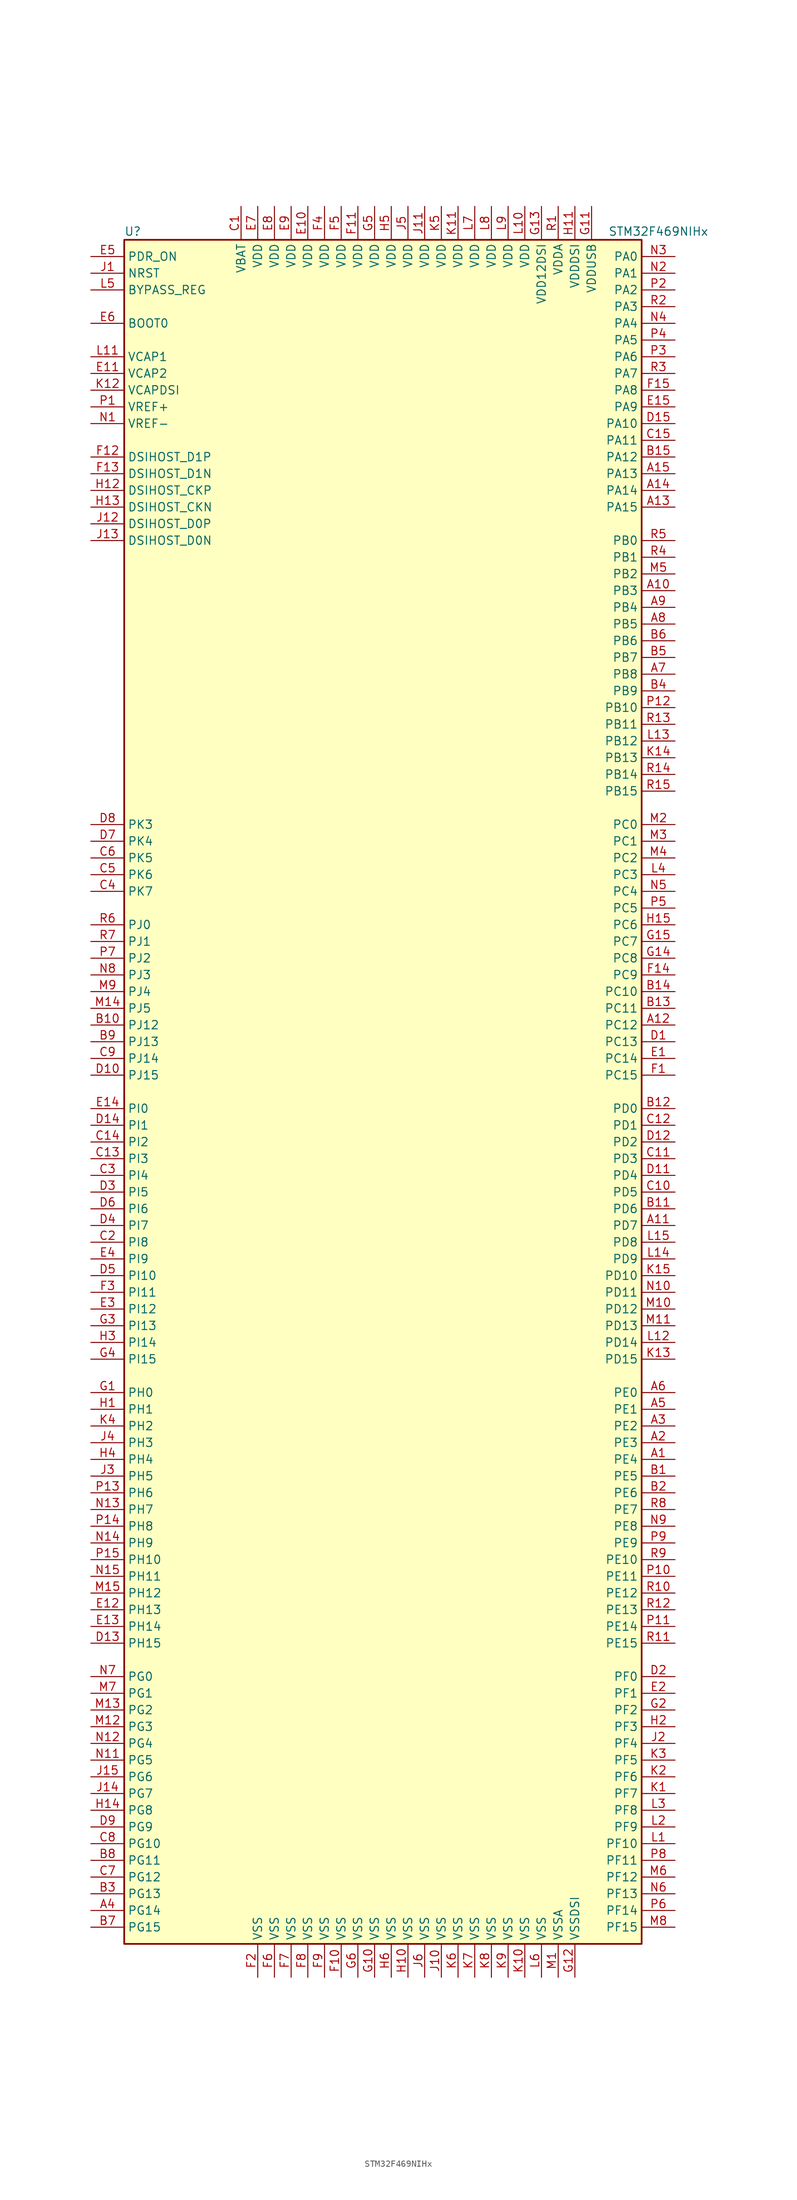
<source format=kicad_sym>
(kicad_symbol_lib
  (version 20220914)
  (generator kicad_symbol_editor)
  (symbol "STM32F469NIHx"
    (property "Reference" "U"
      (at -40.64 130.81 0)
      (effects (font (size 1.27 1.27)) (justify left)))
    (property "Value" "STM32F469NIHx"
      (at 33.02 130.81 0)
      (effects (font (size 1.27 1.27)) (justify left)))
    (symbol "STM32F469NIHx_0_1"
      (rectangle (start -40.64 -129.54) (end 38.1 129.54) (stroke (width 0.254) (type default)) (fill (type background))))
    (symbol "STM32F469NIHx_1_1"
      (pin bidirectional line (at 43.18 -55.88 180) (length 5.08) (name "PE4" (effects (font (size 1.27 1.27)))) (number "A1" (effects (font (size 1.27 1.27)))))
      (pin bidirectional line (at 43.18 76.2 180) (length 5.08) (name "PB3" (effects (font (size 1.27 1.27)))) (number "A10" (effects (font (size 1.27 1.27)))))
      (pin bidirectional line (at 43.18 -20.32 180) (length 5.08) (name "PD7" (effects (font (size 1.27 1.27)))) (number "A11" (effects (font (size 1.27 1.27)))))
      (pin bidirectional line (at 43.18 10.16 180) (length 5.08) (name "PC12" (effects (font (size 1.27 1.27)))) (number "A12" (effects (font (size 1.27 1.27)))))
      (pin bidirectional line (at 43.18 88.9 180) (length 5.08) (name "PA15" (effects (font (size 1.27 1.27)))) (number "A13" (effects (font (size 1.27 1.27)))))
      (pin bidirectional line (at 43.18 91.44 180) (length 5.08) (name "PA14" (effects (font (size 1.27 1.27)))) (number "A14" (effects (font (size 1.27 1.27)))))
      (pin bidirectional line (at 43.18 93.98 180) (length 5.08) (name "PA13" (effects (font (size 1.27 1.27)))) (number "A15" (effects (font (size 1.27 1.27)))))
      (pin bidirectional line (at 43.18 -53.34 180) (length 5.08) (name "PE3" (effects (font (size 1.27 1.27)))) (number "A2" (effects (font (size 1.27 1.27)))))
      (pin bidirectional line (at 43.18 -50.8 180) (length 5.08) (name "PE2" (effects (font (size 1.27 1.27)))) (number "A3" (effects (font (size 1.27 1.27)))))
      (pin bidirectional line (at -45.72 -124.46 0) (length 5.08) (name "PG14" (effects (font (size 1.27 1.27)))) (number "A4" (effects (font (size 1.27 1.27)))))
      (pin bidirectional line (at 43.18 -48.26 180) (length 5.08) (name "PE1" (effects (font (size 1.27 1.27)))) (number "A5" (effects (font (size 1.27 1.27)))))
      (pin bidirectional line (at 43.18 -45.72 180) (length 5.08) (name "PE0" (effects (font (size 1.27 1.27)))) (number "A6" (effects (font (size 1.27 1.27)))))
      (pin bidirectional line (at 43.18 63.5 180) (length 5.08) (name "PB8" (effects (font (size 1.27 1.27)))) (number "A7" (effects (font (size 1.27 1.27)))))
      (pin bidirectional line (at 43.18 71.12 180) (length 5.08) (name "PB5" (effects (font (size 1.27 1.27)))) (number "A8" (effects (font (size 1.27 1.27)))))
      (pin bidirectional line (at 43.18 73.66 180) (length 5.08) (name "PB4" (effects (font (size 1.27 1.27)))) (number "A9" (effects (font (size 1.27 1.27)))))
      (pin bidirectional line (at 43.18 -58.42 180) (length 5.08) (name "PE5" (effects (font (size 1.27 1.27)))) (number "B1" (effects (font (size 1.27 1.27)))))
      (pin bidirectional line (at -45.72 10.16 0) (length 5.08) (name "PJ12" (effects (font (size 1.27 1.27)))) (number "B10" (effects (font (size 1.27 1.27)))))
      (pin bidirectional line (at 43.18 -17.78 180) (length 5.08) (name "PD6" (effects (font (size 1.27 1.27)))) (number "B11" (effects (font (size 1.27 1.27)))))
      (pin bidirectional line (at 43.18 -2.54 180) (length 5.08) (name "PD0" (effects (font (size 1.27 1.27)))) (number "B12" (effects (font (size 1.27 1.27)))))
      (pin bidirectional line (at 43.18 12.7 180) (length 5.08) (name "PC11" (effects (font (size 1.27 1.27)))) (number "B13" (effects (font (size 1.27 1.27)))))
      (pin bidirectional line (at 43.18 15.24 180) (length 5.08) (name "PC10" (effects (font (size 1.27 1.27)))) (number "B14" (effects (font (size 1.27 1.27)))))
      (pin bidirectional line (at 43.18 96.52 180) (length 5.08) (name "PA12" (effects (font (size 1.27 1.27)))) (number "B15" (effects (font (size 1.27 1.27)))))
      (pin bidirectional line (at 43.18 -60.96 180) (length 5.08) (name "PE6" (effects (font (size 1.27 1.27)))) (number "B2" (effects (font (size 1.27 1.27)))))
      (pin bidirectional line (at -45.72 -121.92 0) (length 5.08) (name "PG13" (effects (font (size 1.27 1.27)))) (number "B3" (effects (font (size 1.27 1.27)))))
      (pin bidirectional line (at 43.18 60.96 180) (length 5.08) (name "PB9" (effects (font (size 1.27 1.27)))) (number "B4" (effects (font (size 1.27 1.27)))))
      (pin bidirectional line (at 43.18 66.04 180) (length 5.08) (name "PB7" (effects (font (size 1.27 1.27)))) (number "B5" (effects (font (size 1.27 1.27)))))
      (pin bidirectional line (at 43.18 68.58 180) (length 5.08) (name "PB6" (effects (font (size 1.27 1.27)))) (number "B6" (effects (font (size 1.27 1.27)))))
      (pin bidirectional line (at -45.72 -127 0) (length 5.08) (name "PG15" (effects (font (size 1.27 1.27)))) (number "B7" (effects (font (size 1.27 1.27)))))
      (pin bidirectional line (at -45.72 -116.84 0) (length 5.08) (name "PG11" (effects (font (size 1.27 1.27)))) (number "B8" (effects (font (size 1.27 1.27)))))
      (pin bidirectional line (at -45.72 7.62 0) (length 5.08) (name "PJ13" (effects (font (size 1.27 1.27)))) (number "B9" (effects (font (size 1.27 1.27)))))
      (pin power_in line (at -22.86 134.62 270) (length 5.08) (name "VBAT" (effects (font (size 1.27 1.27)))) (number "C1" (effects (font (size 1.27 1.27)))))
      (pin bidirectional line (at 43.18 -15.24 180) (length 5.08) (name "PD5" (effects (font (size 1.27 1.27)))) (number "C10" (effects (font (size 1.27 1.27)))))
      (pin bidirectional line (at 43.18 -10.16 180) (length 5.08) (name "PD3" (effects (font (size 1.27 1.27)))) (number "C11" (effects (font (size 1.27 1.27)))))
      (pin bidirectional line (at 43.18 -5.08 180) (length 5.08) (name "PD1" (effects (font (size 1.27 1.27)))) (number "C12" (effects (font (size 1.27 1.27)))))
      (pin bidirectional line (at -45.72 -10.16 0) (length 5.08) (name "PI3" (effects (font (size 1.27 1.27)))) (number "C13" (effects (font (size 1.27 1.27)))))
      (pin bidirectional line (at -45.72 -7.62 0) (length 5.08) (name "PI2" (effects (font (size 1.27 1.27)))) (number "C14" (effects (font (size 1.27 1.27)))))
      (pin bidirectional line (at 43.18 99.06 180) (length 5.08) (name "PA11" (effects (font (size 1.27 1.27)))) (number "C15" (effects (font (size 1.27 1.27)))))
      (pin bidirectional line (at -45.72 -22.86 0) (length 5.08) (name "PI8" (effects (font (size 1.27 1.27)))) (number "C2" (effects (font (size 1.27 1.27)))))
      (pin bidirectional line (at -45.72 -12.7 0) (length 5.08) (name "PI4" (effects (font (size 1.27 1.27)))) (number "C3" (effects (font (size 1.27 1.27)))))
      (pin bidirectional line (at -45.72 30.48 0) (length 5.08) (name "PK7" (effects (font (size 1.27 1.27)))) (number "C4" (effects (font (size 1.27 1.27)))))
      (pin bidirectional line (at -45.72 33.02 0) (length 5.08) (name "PK6" (effects (font (size 1.27 1.27)))) (number "C5" (effects (font (size 1.27 1.27)))))
      (pin bidirectional line (at -45.72 35.56 0) (length 5.08) (name "PK5" (effects (font (size 1.27 1.27)))) (number "C6" (effects (font (size 1.27 1.27)))))
      (pin bidirectional line (at -45.72 -119.38 0) (length 5.08) (name "PG12" (effects (font (size 1.27 1.27)))) (number "C7" (effects (font (size 1.27 1.27)))))
      (pin bidirectional line (at -45.72 -114.3 0) (length 5.08) (name "PG10" (effects (font (size 1.27 1.27)))) (number "C8" (effects (font (size 1.27 1.27)))))
      (pin bidirectional line (at -45.72 5.08 0) (length 5.08) (name "PJ14" (effects (font (size 1.27 1.27)))) (number "C9" (effects (font (size 1.27 1.27)))))
      (pin bidirectional line (at 43.18 7.62 180) (length 5.08) (name "PC13" (effects (font (size 1.27 1.27)))) (number "D1" (effects (font (size 1.27 1.27)))))
      (pin bidirectional line (at -45.72 2.54 0) (length 5.08) (name "PJ15" (effects (font (size 1.27 1.27)))) (number "D10" (effects (font (size 1.27 1.27)))))
      (pin bidirectional line (at 43.18 -12.7 180) (length 5.08) (name "PD4" (effects (font (size 1.27 1.27)))) (number "D11" (effects (font (size 1.27 1.27)))))
      (pin bidirectional line (at 43.18 -7.62 180) (length 5.08) (name "PD2" (effects (font (size 1.27 1.27)))) (number "D12" (effects (font (size 1.27 1.27)))))
      (pin bidirectional line (at -45.72 -83.82 0) (length 5.08) (name "PH15" (effects (font (size 1.27 1.27)))) (number "D13" (effects (font (size 1.27 1.27)))))
      (pin bidirectional line (at -45.72 -5.08 0) (length 5.08) (name "PI1" (effects (font (size 1.27 1.27)))) (number "D14" (effects (font (size 1.27 1.27)))))
      (pin bidirectional line (at 43.18 101.6 180) (length 5.08) (name "PA10" (effects (font (size 1.27 1.27)))) (number "D15" (effects (font (size 1.27 1.27)))))
      (pin bidirectional line (at 43.18 -88.9 180) (length 5.08) (name "PF0" (effects (font (size 1.27 1.27)))) (number "D2" (effects (font (size 1.27 1.27)))))
      (pin bidirectional line (at -45.72 -15.24 0) (length 5.08) (name "PI5" (effects (font (size 1.27 1.27)))) (number "D3" (effects (font (size 1.27 1.27)))))
      (pin bidirectional line (at -45.72 -20.32 0) (length 5.08) (name "PI7" (effects (font (size 1.27 1.27)))) (number "D4" (effects (font (size 1.27 1.27)))))
      (pin bidirectional line (at -45.72 -27.94 0) (length 5.08) (name "PI10" (effects (font (size 1.27 1.27)))) (number "D5" (effects (font (size 1.27 1.27)))))
      (pin bidirectional line (at -45.72 -17.78 0) (length 5.08) (name "PI6" (effects (font (size 1.27 1.27)))) (number "D6" (effects (font (size 1.27 1.27)))))
      (pin bidirectional line (at -45.72 38.1 0) (length 5.08) (name "PK4" (effects (font (size 1.27 1.27)))) (number "D7" (effects (font (size 1.27 1.27)))))
      (pin bidirectional line (at -45.72 40.64 0) (length 5.08) (name "PK3" (effects (font (size 1.27 1.27)))) (number "D8" (effects (font (size 1.27 1.27)))))
      (pin bidirectional line (at -45.72 -111.76 0) (length 5.08) (name "PG9" (effects (font (size 1.27 1.27)))) (number "D9" (effects (font (size 1.27 1.27)))))
      (pin bidirectional line (at 43.18 5.08 180) (length 5.08) (name "PC14" (effects (font (size 1.27 1.27)))) (number "E1" (effects (font (size 1.27 1.27)))))
      (pin power_in line (at -12.7 134.62 270) (length 5.08) (name "VDD" (effects (font (size 1.27 1.27)))) (number "E10" (effects (font (size 1.27 1.27)))))
      (pin power_in line (at -45.72 109.22 0) (length 5.08) (name "VCAP2" (effects (font (size 1.27 1.27)))) (number "E11" (effects (font (size 1.27 1.27)))))
      (pin bidirectional line (at -45.72 -78.74 0) (length 5.08) (name "PH13" (effects (font (size 1.27 1.27)))) (number "E12" (effects (font (size 1.27 1.27)))))
      (pin bidirectional line (at -45.72 -81.28 0) (length 5.08) (name "PH14" (effects (font (size 1.27 1.27)))) (number "E13" (effects (font (size 1.27 1.27)))))
      (pin bidirectional line (at -45.72 -2.54 0) (length 5.08) (name "PI0" (effects (font (size 1.27 1.27)))) (number "E14" (effects (font (size 1.27 1.27)))))
      (pin bidirectional line (at 43.18 104.14 180) (length 5.08) (name "PA9" (effects (font (size 1.27 1.27)))) (number "E15" (effects (font (size 1.27 1.27)))))
      (pin bidirectional line (at 43.18 -91.44 180) (length 5.08) (name "PF1" (effects (font (size 1.27 1.27)))) (number "E2" (effects (font (size 1.27 1.27)))))
      (pin bidirectional line (at -45.72 -33.02 0) (length 5.08) (name "PI12" (effects (font (size 1.27 1.27)))) (number "E3" (effects (font (size 1.27 1.27)))))
      (pin bidirectional line (at -45.72 -25.4 0) (length 5.08) (name "PI9" (effects (font (size 1.27 1.27)))) (number "E4" (effects (font (size 1.27 1.27)))))
      (pin input line (at -45.72 127 0) (length 5.08) (name "PDR_ON" (effects (font (size 1.27 1.27)))) (number "E5" (effects (font (size 1.27 1.27)))))
      (pin input line (at -45.72 116.84 0) (length 5.08) (name "BOOT0" (effects (font (size 1.27 1.27)))) (number "E6" (effects (font (size 1.27 1.27)))))
      (pin power_in line (at -20.32 134.62 270) (length 5.08) (name "VDD" (effects (font (size 1.27 1.27)))) (number "E7" (effects (font (size 1.27 1.27)))))
      (pin power_in line (at -17.78 134.62 270) (length 5.08) (name "VDD" (effects (font (size 1.27 1.27)))) (number "E8" (effects (font (size 1.27 1.27)))))
      (pin power_in line (at -15.24 134.62 270) (length 5.08) (name "VDD" (effects (font (size 1.27 1.27)))) (number "E9" (effects (font (size 1.27 1.27)))))
      (pin bidirectional line (at 43.18 2.54 180) (length 5.08) (name "PC15" (effects (font (size 1.27 1.27)))) (number "F1" (effects (font (size 1.27 1.27)))))
      (pin power_in line (at -7.62 -134.62 90) (length 5.08) (name "VSS" (effects (font (size 1.27 1.27)))) (number "F10" (effects (font (size 1.27 1.27)))))
      (pin power_in line (at -5.08 134.62 270) (length 5.08) (name "VDD" (effects (font (size 1.27 1.27)))) (number "F11" (effects (font (size 1.27 1.27)))))
      (pin bidirectional line (at -45.72 96.52 0) (length 5.08) (name "DSIHOST_D1P" (effects (font (size 1.27 1.27)))) (number "F12" (effects (font (size 1.27 1.27)))))
      (pin bidirectional line (at -45.72 93.98 0) (length 5.08) (name "DSIHOST_D1N" (effects (font (size 1.27 1.27)))) (number "F13" (effects (font (size 1.27 1.27)))))
      (pin bidirectional line (at 43.18 17.78 180) (length 5.08) (name "PC9" (effects (font (size 1.27 1.27)))) (number "F14" (effects (font (size 1.27 1.27)))))
      (pin bidirectional line (at 43.18 106.68 180) (length 5.08) (name "PA8" (effects (font (size 1.27 1.27)))) (number "F15" (effects (font (size 1.27 1.27)))))
      (pin power_in line (at -20.32 -134.62 90) (length 5.08) (name "VSS" (effects (font (size 1.27 1.27)))) (number "F2" (effects (font (size 1.27 1.27)))))
      (pin bidirectional line (at -45.72 -30.48 0) (length 5.08) (name "PI11" (effects (font (size 1.27 1.27)))) (number "F3" (effects (font (size 1.27 1.27)))))
      (pin power_in line (at -10.16 134.62 270) (length 5.08) (name "VDD" (effects (font (size 1.27 1.27)))) (number "F4" (effects (font (size 1.27 1.27)))))
      (pin power_in line (at -7.62 134.62 270) (length 5.08) (name "VDD" (effects (font (size 1.27 1.27)))) (number "F5" (effects (font (size 1.27 1.27)))))
      (pin power_in line (at -17.78 -134.62 90) (length 5.08) (name "VSS" (effects (font (size 1.27 1.27)))) (number "F6" (effects (font (size 1.27 1.27)))))
      (pin power_in line (at -15.24 -134.62 90) (length 5.08) (name "VSS" (effects (font (size 1.27 1.27)))) (number "F7" (effects (font (size 1.27 1.27)))))
      (pin power_in line (at -12.7 -134.62 90) (length 5.08) (name "VSS" (effects (font (size 1.27 1.27)))) (number "F8" (effects (font (size 1.27 1.27)))))
      (pin power_in line (at -10.16 -134.62 90) (length 5.08) (name "VSS" (effects (font (size 1.27 1.27)))) (number "F9" (effects (font (size 1.27 1.27)))))
      (pin input line (at -45.72 -45.72 0) (length 5.08) (name "PH0" (effects (font (size 1.27 1.27)))) (number "G1" (effects (font (size 1.27 1.27)))))
      (pin power_in line (at -2.54 -134.62 90) (length 5.08) (name "VSS" (effects (font (size 1.27 1.27)))) (number "G10" (effects (font (size 1.27 1.27)))))
      (pin power_in line (at 30.48 134.62 270) (length 5.08) (name "VDDUSB" (effects (font (size 1.27 1.27)))) (number "G11" (effects (font (size 1.27 1.27)))))
      (pin power_in line (at 27.94 -134.62 90) (length 5.08) (name "VSSDSI" (effects (font (size 1.27 1.27)))) (number "G12" (effects (font (size 1.27 1.27)))))
      (pin power_in line (at 22.86 134.62 270) (length 5.08) (name "VDD12DSI" (effects (font (size 1.27 1.27)))) (number "G13" (effects (font (size 1.27 1.27)))))
      (pin bidirectional line (at 43.18 20.32 180) (length 5.08) (name "PC8" (effects (font (size 1.27 1.27)))) (number "G14" (effects (font (size 1.27 1.27)))))
      (pin bidirectional line (at 43.18 22.86 180) (length 5.08) (name "PC7" (effects (font (size 1.27 1.27)))) (number "G15" (effects (font (size 1.27 1.27)))))
      (pin bidirectional line (at 43.18 -93.98 180) (length 5.08) (name "PF2" (effects (font (size 1.27 1.27)))) (number "G2" (effects (font (size 1.27 1.27)))))
      (pin bidirectional line (at -45.72 -35.56 0) (length 5.08) (name "PI13" (effects (font (size 1.27 1.27)))) (number "G3" (effects (font (size 1.27 1.27)))))
      (pin bidirectional line (at -45.72 -40.64 0) (length 5.08) (name "PI15" (effects (font (size 1.27 1.27)))) (number "G4" (effects (font (size 1.27 1.27)))))
      (pin power_in line (at -2.54 134.62 270) (length 5.08) (name "VDD" (effects (font (size 1.27 1.27)))) (number "G5" (effects (font (size 1.27 1.27)))))
      (pin power_in line (at -5.08 -134.62 90) (length 5.08) (name "VSS" (effects (font (size 1.27 1.27)))) (number "G6" (effects (font (size 1.27 1.27)))))
      (pin input line (at -45.72 -48.26 0) (length 5.08) (name "PH1" (effects (font (size 1.27 1.27)))) (number "H1" (effects (font (size 1.27 1.27)))))
      (pin power_in line (at 2.54 -134.62 90) (length 5.08) (name "VSS" (effects (font (size 1.27 1.27)))) (number "H10" (effects (font (size 1.27 1.27)))))
      (pin power_in line (at 27.94 134.62 270) (length 5.08) (name "VDDDSI" (effects (font (size 1.27 1.27)))) (number "H11" (effects (font (size 1.27 1.27)))))
      (pin bidirectional line (at -45.72 91.44 0) (length 5.08) (name "DSIHOST_CKP" (effects (font (size 1.27 1.27)))) (number "H12" (effects (font (size 1.27 1.27)))))
      (pin bidirectional line (at -45.72 88.9 0) (length 5.08) (name "DSIHOST_CKN" (effects (font (size 1.27 1.27)))) (number "H13" (effects (font (size 1.27 1.27)))))
      (pin bidirectional line (at -45.72 -109.22 0) (length 5.08) (name "PG8" (effects (font (size 1.27 1.27)))) (number "H14" (effects (font (size 1.27 1.27)))))
      (pin bidirectional line (at 43.18 25.4 180) (length 5.08) (name "PC6" (effects (font (size 1.27 1.27)))) (number "H15" (effects (font (size 1.27 1.27)))))
      (pin bidirectional line (at 43.18 -96.52 180) (length 5.08) (name "PF3" (effects (font (size 1.27 1.27)))) (number "H2" (effects (font (size 1.27 1.27)))))
      (pin bidirectional line (at -45.72 -38.1 0) (length 5.08) (name "PI14" (effects (font (size 1.27 1.27)))) (number "H3" (effects (font (size 1.27 1.27)))))
      (pin bidirectional line (at -45.72 -55.88 0) (length 5.08) (name "PH4" (effects (font (size 1.27 1.27)))) (number "H4" (effects (font (size 1.27 1.27)))))
      (pin power_in line (at 0 134.62 270) (length 5.08) (name "VDD" (effects (font (size 1.27 1.27)))) (number "H5" (effects (font (size 1.27 1.27)))))
      (pin power_in line (at 0 -134.62 90) (length 5.08) (name "VSS" (effects (font (size 1.27 1.27)))) (number "H6" (effects (font (size 1.27 1.27)))))
      (pin input line (at -45.72 124.46 0) (length 5.08) (name "NRST" (effects (font (size 1.27 1.27)))) (number "J1" (effects (font (size 1.27 1.27)))))
      (pin power_in line (at 7.62 -134.62 90) (length 5.08) (name "VSS" (effects (font (size 1.27 1.27)))) (number "J10" (effects (font (size 1.27 1.27)))))
      (pin power_in line (at 5.08 134.62 270) (length 5.08) (name "VDD" (effects (font (size 1.27 1.27)))) (number "J11" (effects (font (size 1.27 1.27)))))
      (pin bidirectional line (at -45.72 86.36 0) (length 5.08) (name "DSIHOST_D0P" (effects (font (size 1.27 1.27)))) (number "J12" (effects (font (size 1.27 1.27)))))
      (pin bidirectional line (at -45.72 83.82 0) (length 5.08) (name "DSIHOST_D0N" (effects (font (size 1.27 1.27)))) (number "J13" (effects (font (size 1.27 1.27)))))
      (pin bidirectional line (at -45.72 -106.68 0) (length 5.08) (name "PG7" (effects (font (size 1.27 1.27)))) (number "J14" (effects (font (size 1.27 1.27)))))
      (pin bidirectional line (at -45.72 -104.14 0) (length 5.08) (name "PG6" (effects (font (size 1.27 1.27)))) (number "J15" (effects (font (size 1.27 1.27)))))
      (pin bidirectional line (at 43.18 -99.06 180) (length 5.08) (name "PF4" (effects (font (size 1.27 1.27)))) (number "J2" (effects (font (size 1.27 1.27)))))
      (pin bidirectional line (at -45.72 -58.42 0) (length 5.08) (name "PH5" (effects (font (size 1.27 1.27)))) (number "J3" (effects (font (size 1.27 1.27)))))
      (pin bidirectional line (at -45.72 -53.34 0) (length 5.08) (name "PH3" (effects (font (size 1.27 1.27)))) (number "J4" (effects (font (size 1.27 1.27)))))
      (pin power_in line (at 2.54 134.62 270) (length 5.08) (name "VDD" (effects (font (size 1.27 1.27)))) (number "J5" (effects (font (size 1.27 1.27)))))
      (pin power_in line (at 5.08 -134.62 90) (length 5.08) (name "VSS" (effects (font (size 1.27 1.27)))) (number "J6" (effects (font (size 1.27 1.27)))))
      (pin bidirectional line (at 43.18 -106.68 180) (length 5.08) (name "PF7" (effects (font (size 1.27 1.27)))) (number "K1" (effects (font (size 1.27 1.27)))))
      (pin power_in line (at 20.32 -134.62 90) (length 5.08) (name "VSS" (effects (font (size 1.27 1.27)))) (number "K10" (effects (font (size 1.27 1.27)))))
      (pin power_in line (at 10.16 134.62 270) (length 5.08) (name "VDD" (effects (font (size 1.27 1.27)))) (number "K11" (effects (font (size 1.27 1.27)))))
      (pin power_in line (at -45.72 106.68 0) (length 5.08) (name "VCAPDSI" (effects (font (size 1.27 1.27)))) (number "K12" (effects (font (size 1.27 1.27)))))
      (pin bidirectional line (at 43.18 -40.64 180) (length 5.08) (name "PD15" (effects (font (size 1.27 1.27)))) (number "K13" (effects (font (size 1.27 1.27)))))
      (pin bidirectional line (at 43.18 50.8 180) (length 5.08) (name "PB13" (effects (font (size 1.27 1.27)))) (number "K14" (effects (font (size 1.27 1.27)))))
      (pin bidirectional line (at 43.18 -27.94 180) (length 5.08) (name "PD10" (effects (font (size 1.27 1.27)))) (number "K15" (effects (font (size 1.27 1.27)))))
      (pin bidirectional line (at 43.18 -104.14 180) (length 5.08) (name "PF6" (effects (font (size 1.27 1.27)))) (number "K2" (effects (font (size 1.27 1.27)))))
      (pin bidirectional line (at 43.18 -101.6 180) (length 5.08) (name "PF5" (effects (font (size 1.27 1.27)))) (number "K3" (effects (font (size 1.27 1.27)))))
      (pin bidirectional line (at -45.72 -50.8 0) (length 5.08) (name "PH2" (effects (font (size 1.27 1.27)))) (number "K4" (effects (font (size 1.27 1.27)))))
      (pin power_in line (at 7.62 134.62 270) (length 5.08) (name "VDD" (effects (font (size 1.27 1.27)))) (number "K5" (effects (font (size 1.27 1.27)))))
      (pin power_in line (at 10.16 -134.62 90) (length 5.08) (name "VSS" (effects (font (size 1.27 1.27)))) (number "K6" (effects (font (size 1.27 1.27)))))
      (pin power_in line (at 12.7 -134.62 90) (length 5.08) (name "VSS" (effects (font (size 1.27 1.27)))) (number "K7" (effects (font (size 1.27 1.27)))))
      (pin power_in line (at 15.24 -134.62 90) (length 5.08) (name "VSS" (effects (font (size 1.27 1.27)))) (number "K8" (effects (font (size 1.27 1.27)))))
      (pin power_in line (at 17.78 -134.62 90) (length 5.08) (name "VSS" (effects (font (size 1.27 1.27)))) (number "K9" (effects (font (size 1.27 1.27)))))
      (pin bidirectional line (at 43.18 -114.3 180) (length 5.08) (name "PF10" (effects (font (size 1.27 1.27)))) (number "L1" (effects (font (size 1.27 1.27)))))
      (pin power_in line (at 20.32 134.62 270) (length 5.08) (name "VDD" (effects (font (size 1.27 1.27)))) (number "L10" (effects (font (size 1.27 1.27)))))
      (pin power_in line (at -45.72 111.76 0) (length 5.08) (name "VCAP1" (effects (font (size 1.27 1.27)))) (number "L11" (effects (font (size 1.27 1.27)))))
      (pin bidirectional line (at 43.18 -38.1 180) (length 5.08) (name "PD14" (effects (font (size 1.27 1.27)))) (number "L12" (effects (font (size 1.27 1.27)))))
      (pin bidirectional line (at 43.18 53.34 180) (length 5.08) (name "PB12" (effects (font (size 1.27 1.27)))) (number "L13" (effects (font (size 1.27 1.27)))))
      (pin bidirectional line (at 43.18 -25.4 180) (length 5.08) (name "PD9" (effects (font (size 1.27 1.27)))) (number "L14" (effects (font (size 1.27 1.27)))))
      (pin bidirectional line (at 43.18 -22.86 180) (length 5.08) (name "PD8" (effects (font (size 1.27 1.27)))) (number "L15" (effects (font (size 1.27 1.27)))))
      (pin bidirectional line (at 43.18 -111.76 180) (length 5.08) (name "PF9" (effects (font (size 1.27 1.27)))) (number "L2" (effects (font (size 1.27 1.27)))))
      (pin bidirectional line (at 43.18 -109.22 180) (length 5.08) (name "PF8" (effects (font (size 1.27 1.27)))) (number "L3" (effects (font (size 1.27 1.27)))))
      (pin bidirectional line (at 43.18 33.02 180) (length 5.08) (name "PC3" (effects (font (size 1.27 1.27)))) (number "L4" (effects (font (size 1.27 1.27)))))
      (pin input line (at -45.72 121.92 0) (length 5.08) (name "BYPASS_REG" (effects (font (size 1.27 1.27)))) (number "L5" (effects (font (size 1.27 1.27)))))
      (pin power_in line (at 22.86 -134.62 90) (length 5.08) (name "VSS" (effects (font (size 1.27 1.27)))) (number "L6" (effects (font (size 1.27 1.27)))))
      (pin power_in line (at 12.7 134.62 270) (length 5.08) (name "VDD" (effects (font (size 1.27 1.27)))) (number "L7" (effects (font (size 1.27 1.27)))))
      (pin power_in line (at 15.24 134.62 270) (length 5.08) (name "VDD" (effects (font (size 1.27 1.27)))) (number "L8" (effects (font (size 1.27 1.27)))))
      (pin power_in line (at 17.78 134.62 270) (length 5.08) (name "VDD" (effects (font (size 1.27 1.27)))) (number "L9" (effects (font (size 1.27 1.27)))))
      (pin power_in line (at 25.4 -134.62 90) (length 5.08) (name "VSSA" (effects (font (size 1.27 1.27)))) (number "M1" (effects (font (size 1.27 1.27)))))
      (pin bidirectional line (at 43.18 -33.02 180) (length 5.08) (name "PD12" (effects (font (size 1.27 1.27)))) (number "M10" (effects (font (size 1.27 1.27)))))
      (pin bidirectional line (at 43.18 -35.56 180) (length 5.08) (name "PD13" (effects (font (size 1.27 1.27)))) (number "M11" (effects (font (size 1.27 1.27)))))
      (pin bidirectional line (at -45.72 -96.52 0) (length 5.08) (name "PG3" (effects (font (size 1.27 1.27)))) (number "M12" (effects (font (size 1.27 1.27)))))
      (pin bidirectional line (at -45.72 -93.98 0) (length 5.08) (name "PG2" (effects (font (size 1.27 1.27)))) (number "M13" (effects (font (size 1.27 1.27)))))
      (pin bidirectional line (at -45.72 12.7 0) (length 5.08) (name "PJ5" (effects (font (size 1.27 1.27)))) (number "M14" (effects (font (size 1.27 1.27)))))
      (pin bidirectional line (at -45.72 -76.2 0) (length 5.08) (name "PH12" (effects (font (size 1.27 1.27)))) (number "M15" (effects (font (size 1.27 1.27)))))
      (pin bidirectional line (at 43.18 40.64 180) (length 5.08) (name "PC0" (effects (font (size 1.27 1.27)))) (number "M2" (effects (font (size 1.27 1.27)))))
      (pin bidirectional line (at 43.18 38.1 180) (length 5.08) (name "PC1" (effects (font (size 1.27 1.27)))) (number "M3" (effects (font (size 1.27 1.27)))))
      (pin bidirectional line (at 43.18 35.56 180) (length 5.08) (name "PC2" (effects (font (size 1.27 1.27)))) (number "M4" (effects (font (size 1.27 1.27)))))
      (pin bidirectional line (at 43.18 78.74 180) (length 5.08) (name "PB2" (effects (font (size 1.27 1.27)))) (number "M5" (effects (font (size 1.27 1.27)))))
      (pin bidirectional line (at 43.18 -119.38 180) (length 5.08) (name "PF12" (effects (font (size 1.27 1.27)))) (number "M6" (effects (font (size 1.27 1.27)))))
      (pin bidirectional line (at -45.72 -91.44 0) (length 5.08) (name "PG1" (effects (font (size 1.27 1.27)))) (number "M7" (effects (font (size 1.27 1.27)))))
      (pin bidirectional line (at 43.18 -127 180) (length 5.08) (name "PF15" (effects (font (size 1.27 1.27)))) (number "M8" (effects (font (size 1.27 1.27)))))
      (pin bidirectional line (at -45.72 15.24 0) (length 5.08) (name "PJ4" (effects (font (size 1.27 1.27)))) (number "M9" (effects (font (size 1.27 1.27)))))
      (pin power_in line (at -45.72 101.6 0) (length 5.08) (name "VREF-" (effects (font (size 1.27 1.27)))) (number "N1" (effects (font (size 1.27 1.27)))))
      (pin bidirectional line (at 43.18 -30.48 180) (length 5.08) (name "PD11" (effects (font (size 1.27 1.27)))) (number "N10" (effects (font (size 1.27 1.27)))))
      (pin bidirectional line (at -45.72 -101.6 0) (length 5.08) (name "PG5" (effects (font (size 1.27 1.27)))) (number "N11" (effects (font (size 1.27 1.27)))))
      (pin bidirectional line (at -45.72 -99.06 0) (length 5.08) (name "PG4" (effects (font (size 1.27 1.27)))) (number "N12" (effects (font (size 1.27 1.27)))))
      (pin bidirectional line (at -45.72 -63.5 0) (length 5.08) (name "PH7" (effects (font (size 1.27 1.27)))) (number "N13" (effects (font (size 1.27 1.27)))))
      (pin bidirectional line (at -45.72 -68.58 0) (length 5.08) (name "PH9" (effects (font (size 1.27 1.27)))) (number "N14" (effects (font (size 1.27 1.27)))))
      (pin bidirectional line (at -45.72 -73.66 0) (length 5.08) (name "PH11" (effects (font (size 1.27 1.27)))) (number "N15" (effects (font (size 1.27 1.27)))))
      (pin bidirectional line (at 43.18 124.46 180) (length 5.08) (name "PA1" (effects (font (size 1.27 1.27)))) (number "N2" (effects (font (size 1.27 1.27)))))
      (pin bidirectional line (at 43.18 127 180) (length 5.08) (name "PA0" (effects (font (size 1.27 1.27)))) (number "N3" (effects (font (size 1.27 1.27)))))
      (pin bidirectional line (at 43.18 116.84 180) (length 5.08) (name "PA4" (effects (font (size 1.27 1.27)))) (number "N4" (effects (font (size 1.27 1.27)))))
      (pin bidirectional line (at 43.18 30.48 180) (length 5.08) (name "PC4" (effects (font (size 1.27 1.27)))) (number "N5" (effects (font (size 1.27 1.27)))))
      (pin bidirectional line (at 43.18 -121.92 180) (length 5.08) (name "PF13" (effects (font (size 1.27 1.27)))) (number "N6" (effects (font (size 1.27 1.27)))))
      (pin bidirectional line (at -45.72 -88.9 0) (length 5.08) (name "PG0" (effects (font (size 1.27 1.27)))) (number "N7" (effects (font (size 1.27 1.27)))))
      (pin bidirectional line (at -45.72 17.78 0) (length 5.08) (name "PJ3" (effects (font (size 1.27 1.27)))) (number "N8" (effects (font (size 1.27 1.27)))))
      (pin bidirectional line (at 43.18 -66.04 180) (length 5.08) (name "PE8" (effects (font (size 1.27 1.27)))) (number "N9" (effects (font (size 1.27 1.27)))))
      (pin power_in line (at -45.72 104.14 0) (length 5.08) (name "VREF+" (effects (font (size 1.27 1.27)))) (number "P1" (effects (font (size 1.27 1.27)))))
      (pin bidirectional line (at 43.18 -73.66 180) (length 5.08) (name "PE11" (effects (font (size 1.27 1.27)))) (number "P10" (effects (font (size 1.27 1.27)))))
      (pin bidirectional line (at 43.18 -81.28 180) (length 5.08) (name "PE14" (effects (font (size 1.27 1.27)))) (number "P11" (effects (font (size 1.27 1.27)))))
      (pin bidirectional line (at 43.18 58.42 180) (length 5.08) (name "PB10" (effects (font (size 1.27 1.27)))) (number "P12" (effects (font (size 1.27 1.27)))))
      (pin bidirectional line (at -45.72 -60.96 0) (length 5.08) (name "PH6" (effects (font (size 1.27 1.27)))) (number "P13" (effects (font (size 1.27 1.27)))))
      (pin bidirectional line (at -45.72 -66.04 0) (length 5.08) (name "PH8" (effects (font (size 1.27 1.27)))) (number "P14" (effects (font (size 1.27 1.27)))))
      (pin bidirectional line (at -45.72 -71.12 0) (length 5.08) (name "PH10" (effects (font (size 1.27 1.27)))) (number "P15" (effects (font (size 1.27 1.27)))))
      (pin bidirectional line (at 43.18 121.92 180) (length 5.08) (name "PA2" (effects (font (size 1.27 1.27)))) (number "P2" (effects (font (size 1.27 1.27)))))
      (pin bidirectional line (at 43.18 111.76 180) (length 5.08) (name "PA6" (effects (font (size 1.27 1.27)))) (number "P3" (effects (font (size 1.27 1.27)))))
      (pin bidirectional line (at 43.18 114.3 180) (length 5.08) (name "PA5" (effects (font (size 1.27 1.27)))) (number "P4" (effects (font (size 1.27 1.27)))))
      (pin bidirectional line (at 43.18 27.94 180) (length 5.08) (name "PC5" (effects (font (size 1.27 1.27)))) (number "P5" (effects (font (size 1.27 1.27)))))
      (pin bidirectional line (at 43.18 -124.46 180) (length 5.08) (name "PF14" (effects (font (size 1.27 1.27)))) (number "P6" (effects (font (size 1.27 1.27)))))
      (pin bidirectional line (at -45.72 20.32 0) (length 5.08) (name "PJ2" (effects (font (size 1.27 1.27)))) (number "P7" (effects (font (size 1.27 1.27)))))
      (pin bidirectional line (at 43.18 -116.84 180) (length 5.08) (name "PF11" (effects (font (size 1.27 1.27)))) (number "P8" (effects (font (size 1.27 1.27)))))
      (pin bidirectional line (at 43.18 -68.58 180) (length 5.08) (name "PE9" (effects (font (size 1.27 1.27)))) (number "P9" (effects (font (size 1.27 1.27)))))
      (pin power_in line (at 25.4 134.62 270) (length 5.08) (name "VDDA" (effects (font (size 1.27 1.27)))) (number "R1" (effects (font (size 1.27 1.27)))))
      (pin bidirectional line (at 43.18 -76.2 180) (length 5.08) (name "PE12" (effects (font (size 1.27 1.27)))) (number "R10" (effects (font (size 1.27 1.27)))))
      (pin bidirectional line (at 43.18 -83.82 180) (length 5.08) (name "PE15" (effects (font (size 1.27 1.27)))) (number "R11" (effects (font (size 1.27 1.27)))))
      (pin bidirectional line (at 43.18 -78.74 180) (length 5.08) (name "PE13" (effects (font (size 1.27 1.27)))) (number "R12" (effects (font (size 1.27 1.27)))))
      (pin bidirectional line (at 43.18 55.88 180) (length 5.08) (name "PB11" (effects (font (size 1.27 1.27)))) (number "R13" (effects (font (size 1.27 1.27)))))
      (pin bidirectional line (at 43.18 48.26 180) (length 5.08) (name "PB14" (effects (font (size 1.27 1.27)))) (number "R14" (effects (font (size 1.27 1.27)))))
      (pin bidirectional line (at 43.18 45.72 180) (length 5.08) (name "PB15" (effects (font (size 1.27 1.27)))) (number "R15" (effects (font (size 1.27 1.27)))))
      (pin bidirectional line (at 43.18 119.38 180) (length 5.08) (name "PA3" (effects (font (size 1.27 1.27)))) (number "R2" (effects (font (size 1.27 1.27)))))
      (pin bidirectional line (at 43.18 109.22 180) (length 5.08) (name "PA7" (effects (font (size 1.27 1.27)))) (number "R3" (effects (font (size 1.27 1.27)))))
      (pin bidirectional line (at 43.18 81.28 180) (length 5.08) (name "PB1" (effects (font (size 1.27 1.27)))) (number "R4" (effects (font (size 1.27 1.27)))))
      (pin bidirectional line (at 43.18 83.82 180) (length 5.08) (name "PB0" (effects (font (size 1.27 1.27)))) (number "R5" (effects (font (size 1.27 1.27)))))
      (pin bidirectional line (at -45.72 25.4 0) (length 5.08) (name "PJ0" (effects (font (size 1.27 1.27)))) (number "R6" (effects (font (size 1.27 1.27)))))
      (pin bidirectional line (at -45.72 22.86 0) (length 5.08) (name "PJ1" (effects (font (size 1.27 1.27)))) (number "R7" (effects (font (size 1.27 1.27)))))
      (pin bidirectional line (at 43.18 -63.5 180) (length 5.08) (name "PE7" (effects (font (size 1.27 1.27)))) (number "R8" (effects (font (size 1.27 1.27)))))
      (pin bidirectional line (at 43.18 -71.12 180) (length 5.08) (name "PE10" (effects (font (size 1.27 1.27)))) (number "R9" (effects (font (size 1.27 1.27))))))))
</source>
